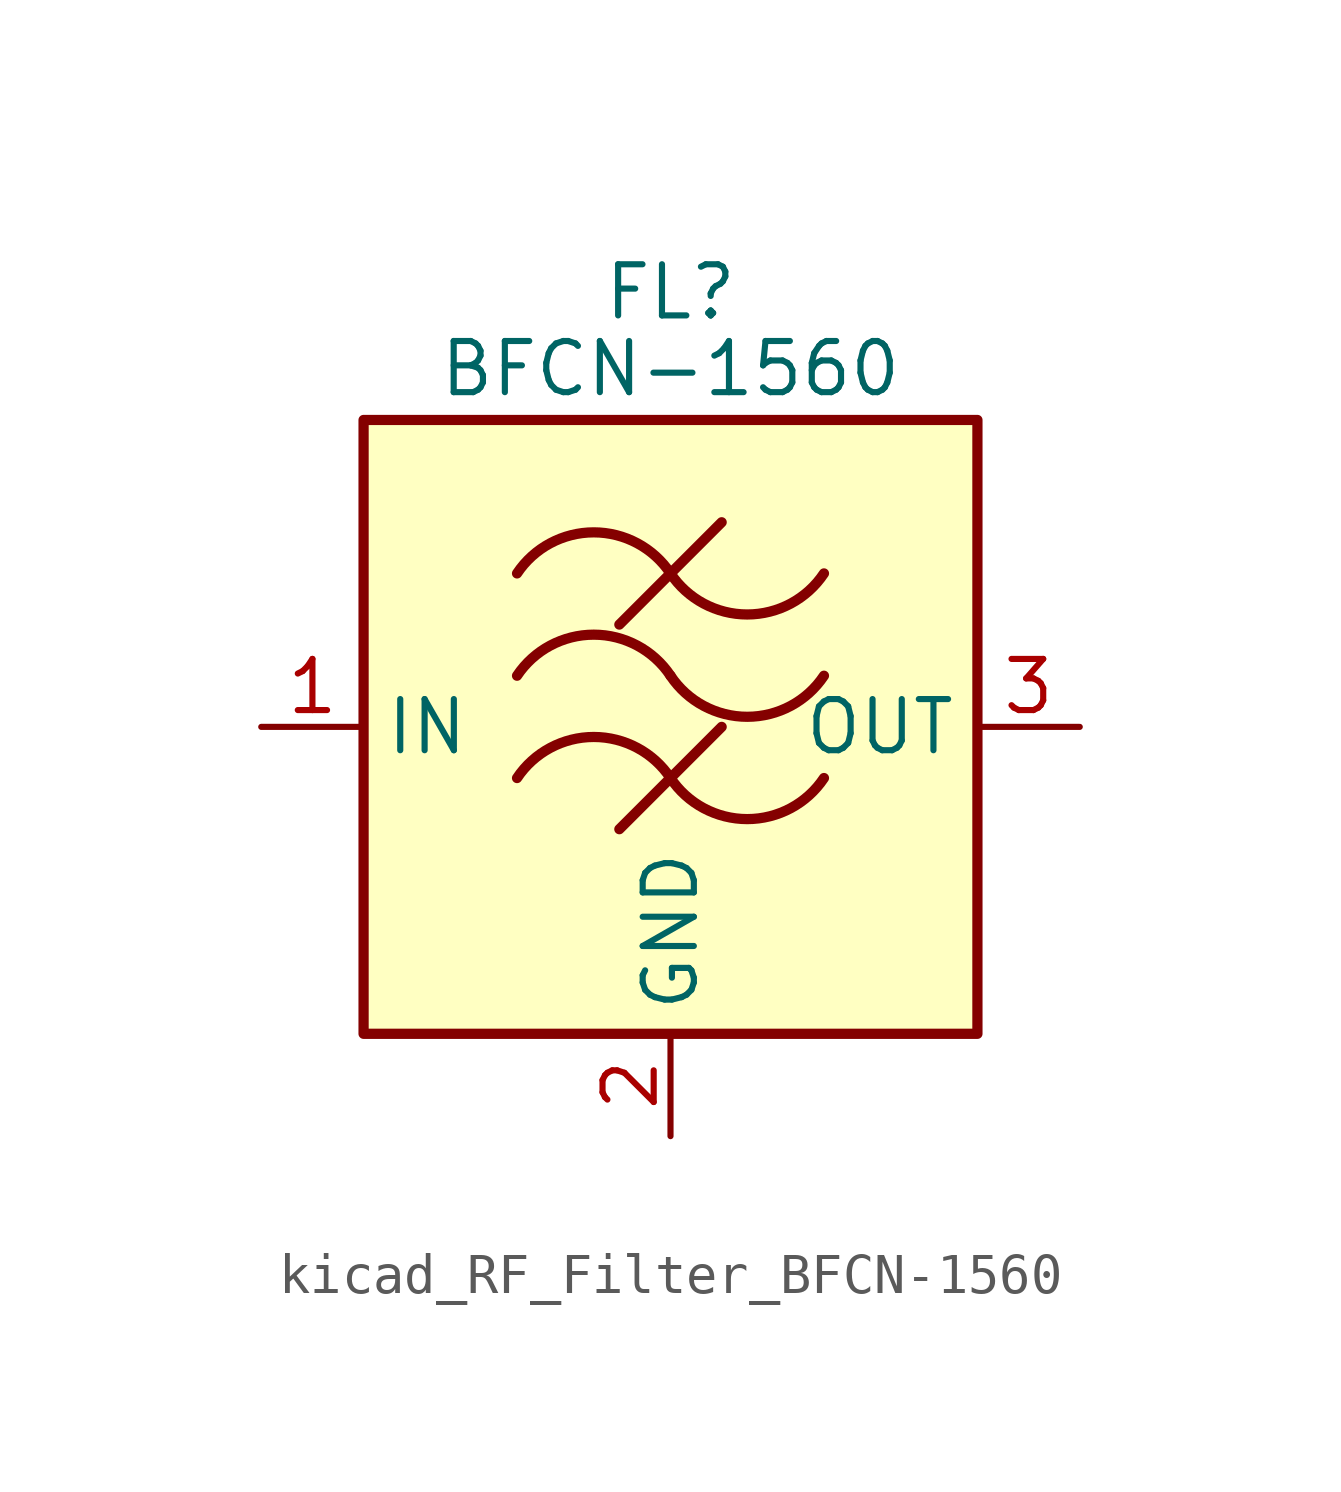
<source format=kicad_sym>
(kicad_symbol_lib
  (version 20220914)
  (generator kicad_symbol_editor)
  (symbol "kicad_RF_Filter_BFCN-1560"
    (property "Reference" "FL"
      (at 0 10.795 0)
      (effects (font (size 1.27 1.27))))
    (property "Value" "BFCN-1560"
      (at 0 8.89 0)
      (effects (font (size 1.27 1.27))))
    (symbol "kicad_RF_Filter_BFCN-1560_0_1"
      (rectangle (start -7.62 7.62) (end 7.62 -7.62) (stroke (width 0.254) (type default)) (fill (type background)))
      (arc (start 0 -1.27) (mid -1.905 -0.2505) (end -3.81 -1.27) (stroke (width 0.254) (type default)) (fill (type none)))
      (arc (start 0 -1.27) (mid 1.905 -2.2895) (end 3.81 -1.27) (stroke (width 0.254) (type default)) (fill (type none)))
      (polyline (pts (xy -1.27 -2.54) (xy 1.27 0)) (stroke (width 0.254) (type default)) (fill (type none)))
      (polyline (pts (xy -1.27 2.54) (xy 1.27 5.08)) (stroke (width 0.254) (type default)) (fill (type none)))
      (arc (start 0 1.27) (mid -1.905 2.2895) (end -3.81 1.27) (stroke (width 0.254) (type default)) (fill (type none)))
      (arc (start 0 1.27) (mid 1.905 0.2505) (end 3.81 1.27) (stroke (width 0.254) (type default)) (fill (type none)))
      (arc (start 0 3.81) (mid -1.905 4.8295) (end -3.81 3.81) (stroke (width 0.254) (type default)) (fill (type none)))
      (arc (start 0 3.81) (mid 1.905 2.7905) (end 3.81 3.81) (stroke (width 0.254) (type default)) (fill (type none))))
    (symbol "kicad_RF_Filter_BFCN-1560_1_1"
      (pin passive line (at -10.16 0 0) (length 2.54) (name "IN" (effects (font (size 1.27 1.27)))) (number "1" (effects (font (size 1.27 1.27)))))
      (pin passive line (at 0 -10.16 90) (length 2.54) (name "GND" (effects (font (size 1.27 1.27)))) (number "2" (effects (font (size 1.27 1.27)))))
      (pin passive line (at 10.16 0 180) (length 2.54) (name "OUT" (effects (font (size 1.27 1.27)))) (number "3" (effects (font (size 1.27 1.27)))))
      (pin passive line (at 0 -10.16 90) (length 2.54) hide (name "GND" (effects (font (size 1.27 1.27)))) (number "4" (effects (font (size 1.27 1.27)))))
      (pin passive line (at 0 -10.16 90) (length 2.54) hide (name "GND" (effects (font (size 1.27 1.27)))) (number "5" (effects (font (size 1.27 1.27)))))
      (pin passive line (at 0 -10.16 90) (length 2.54) hide (name "GND" (effects (font (size 1.27 1.27)))) (number "6" (effects (font (size 1.27 1.27))))))))
</source>
